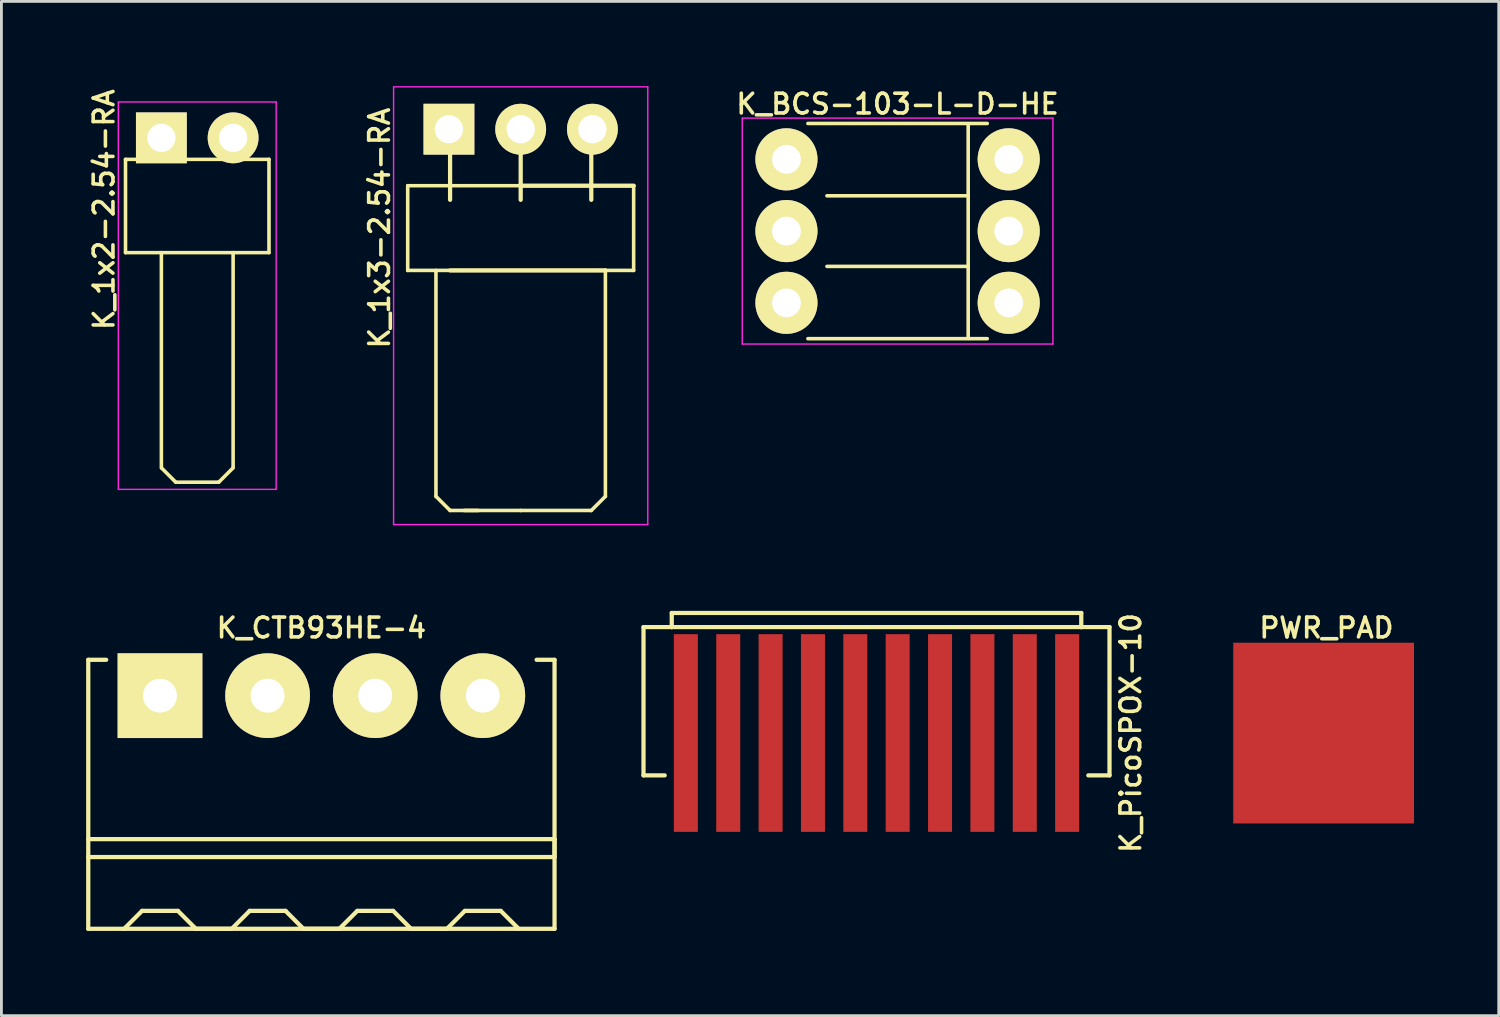
<source format=kicad_pcb>
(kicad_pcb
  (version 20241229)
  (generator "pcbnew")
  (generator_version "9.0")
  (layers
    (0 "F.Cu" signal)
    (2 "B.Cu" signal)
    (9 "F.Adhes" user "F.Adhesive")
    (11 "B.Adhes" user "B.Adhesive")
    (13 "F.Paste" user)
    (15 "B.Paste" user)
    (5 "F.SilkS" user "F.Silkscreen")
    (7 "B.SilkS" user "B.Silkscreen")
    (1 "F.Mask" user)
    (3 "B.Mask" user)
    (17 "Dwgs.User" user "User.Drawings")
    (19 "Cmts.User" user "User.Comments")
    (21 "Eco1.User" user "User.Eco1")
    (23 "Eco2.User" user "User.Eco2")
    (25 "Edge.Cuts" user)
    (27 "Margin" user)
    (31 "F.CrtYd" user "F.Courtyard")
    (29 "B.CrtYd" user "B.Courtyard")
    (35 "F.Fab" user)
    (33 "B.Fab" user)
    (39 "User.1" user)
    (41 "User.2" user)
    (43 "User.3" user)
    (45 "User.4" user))
  (footprint "K_PicoSPOX-10"
    (layer "F.Cu")
    (at 27.985 21.524)
    (property "Reference" "K_PicoSPOX-10" (at 9 1.38 90) (layer "F.SilkS") (effects (font (size 0.7 0.7) (thickness 0.127))))
    (attr smd)
    (fp_line (start -8.25 -2.37) (end -7.25 -2.37) (stroke (width 0.15) (type solid)) (layer "F.SilkS"))
    (fp_line (start -8.25 2.88) (end -8.25 -2.37) (stroke (width 0.15) (type solid)) (layer "F.SilkS"))
    (fp_line (start -8.25 2.88) (end -7.5 2.88) (stroke (width 0.15) (type solid)) (layer "F.SilkS"))
    (fp_line (start -7.25 -2.87) (end 7.25 -2.87) (stroke (width 0.15) (type solid)) (layer "F.SilkS"))
    (fp_line (start -7.25 -2.37) (end -7.25 -2.87) (stroke (width 0.15) (type solid)) (layer "F.SilkS"))
    (fp_line (start -7.25 -2.37) (end 7.25 -2.37) (stroke (width 0.15) (type solid)) (layer "F.SilkS"))
    (fp_line (start 7.25 -2.87) (end 7.25 -2.37) (stroke (width 0.15) (type solid)) (layer "F.SilkS"))
    (fp_line (start 7.25 -2.37) (end 8.25 -2.37) (stroke (width 0.15) (type solid)) (layer "F.SilkS"))
    (fp_line (start 8.25 -2.37) (end 8.25 2.88) (stroke (width 0.15) (type solid)) (layer "F.SilkS"))
    (fp_line (start 8.25 2.88) (end 7.5 2.88) (stroke (width 0.15) (type solid)) (layer "F.SilkS"))
    (pad "1" smd rect (at -6.75 1.38) (size 0.85 7) (layers "F.Cu" "F.Mask" "F.Paste"))
    (pad "2" smd rect (at -5.25 1.38) (size 0.85 7) (layers "F.Cu" "F.Mask" "F.Paste"))
    (pad "3" smd rect (at -3.75 1.38) (size 0.85 7) (layers "F.Cu" "F.Mask" "F.Paste"))
    (pad "4" smd rect (at -2.25 1.38) (size 0.85 7) (layers "F.Cu" "F.Mask" "F.Paste"))
    (pad "5" smd rect (at -0.75 1.38) (size 0.85 7) (layers "F.Cu" "F.Mask" "F.Paste"))
    (pad "6" smd rect (at 0.75 1.38) (size 0.85 7) (layers "F.Cu" "F.Mask" "F.Paste"))
    (pad "7" smd rect (at 2.25 1.38) (size 0.85 7) (layers "F.Cu" "F.Mask" "F.Paste"))
    (pad "8" smd rect (at 3.75 1.38) (size 0.85 7) (layers "F.Cu" "F.Mask" "F.Paste"))
    (pad "9" smd rect (at 5.25 1.38) (size 0.85 7) (layers "F.Cu" "F.Mask" "F.Paste"))
    (pad "10" smd rect (at 6.75 1.38) (size 0.85 7) (layers "F.Cu" "F.Mask" "F.Paste")))
  (footprint "K_CTB93HE-4"
    (layer "F.Cu")
    (at 8.33 21.582)
    (property "Reference" "K_CTB93HE-4" (at 0 -2.4 0) (layer "F.SilkS") (effects (font (size 0.7 0.7) (thickness 0.127))))
    (attr through_hole)
    (fp_line (start -8.255 -1.27) (end -7.62 -1.27) (stroke (width 0.15) (type solid)) (layer "F.SilkS"))
    (fp_line (start -8.255 5.08) (end 8.255 5.08) (stroke (width 0.15) (type solid)) (layer "F.SilkS"))
    (fp_line (start -8.255 8.255) (end -8.255 -1.27) (stroke (width 0.15) (type solid)) (layer "F.SilkS"))
    (fp_line (start -6.985 8.255) (end -6.35 7.62) (stroke (width 0.15) (type solid)) (layer "F.SilkS"))
    (fp_line (start -6.35 7.62) (end -5.08 7.62) (stroke (width 0.15) (type solid)) (layer "F.SilkS"))
    (fp_line (start -5.08 7.62) (end -4.445 8.255) (stroke (width 0.15) (type solid)) (layer "F.SilkS"))
    (fp_line (start -4.445 8.255) (end -3.175 8.255) (stroke (width 0.15) (type solid)) (layer "F.SilkS"))
    (fp_line (start -3.175 8.255) (end -2.54 7.62) (stroke (width 0.15) (type solid)) (layer "F.SilkS"))
    (fp_line (start -2.54 7.62) (end -1.27 7.62) (stroke (width 0.15) (type solid)) (layer "F.SilkS"))
    (fp_line (start -1.27 7.62) (end -0.635 8.255) (stroke (width 0.15) (type solid)) (layer "F.SilkS"))
    (fp_line (start -0.635 8.255) (end 0.635 8.255) (stroke (width 0.15) (type solid)) (layer "F.SilkS"))
    (fp_line (start 0.635 8.255) (end 1.27 7.62) (stroke (width 0.15) (type solid)) (layer "F.SilkS"))
    (fp_line (start 1.27 7.62) (end 2.54 7.62) (stroke (width 0.15) (type solid)) (layer "F.SilkS"))
    (fp_line (start 2.54 7.62) (end 3.175 8.255) (stroke (width 0.15) (type solid)) (layer "F.SilkS"))
    (fp_line (start 3.175 8.255) (end 4.445 8.255) (stroke (width 0.15) (type solid)) (layer "F.SilkS"))
    (fp_line (start 4.445 8.255) (end 5.08 7.62) (stroke (width 0.15) (type solid)) (layer "F.SilkS"))
    (fp_line (start 5.08 7.62) (end 6.35 7.62) (stroke (width 0.15) (type solid)) (layer "F.SilkS"))
    (fp_line (start 6.35 7.62) (end 6.985 8.255) (stroke (width 0.15) (type solid)) (layer "F.SilkS"))
    (fp_line (start 8.255 -1.27) (end 7.62 -1.27) (stroke (width 0.15) (type solid)) (layer "F.SilkS"))
    (fp_line (start 8.255 -1.27) (end 8.255 8.255) (stroke (width 0.15) (type solid)) (layer "F.SilkS"))
    (fp_line (start 8.255 5.08) (end 8.255 5.715) (stroke (width 0.15) (type solid)) (layer "F.SilkS"))
    (fp_line (start 8.255 5.715) (end -8.255 5.715) (stroke (width 0.15) (type solid)) (layer "F.SilkS"))
    (fp_line (start 8.255 8.255) (end -8.255 8.255) (stroke (width 0.15) (type solid)) (layer "F.SilkS"))
    (pad "1" thru_hole rect (at -5.715 0) (size 3 3) (drill 1.2) (layers "*.Cu" "*.Mask" "F.SilkS"))
    (pad "2" thru_hole circle (at -1.905 0) (size 3 3) (drill 1.2) (layers "*.Cu" "*.Mask" "F.SilkS"))
    (pad "3" thru_hole circle (at 1.905 0) (size 3 3) (drill 1.2) (layers "*.Cu" "*.Mask" "F.SilkS"))
    (pad "4" thru_hole circle (at 5.715 0) (size 3 3) (drill 1.2) (layers "*.Cu" "*.Mask" "F.SilkS")))
  (footprint "K_BCS-103-L-D-HE"
    (layer "F.Cu")
    (at 28.731 5.132)
    (property "Reference" "K_BCS-103-L-D-HE" (at 0 -4.5 0) (layer "F.SilkS") (effects (font (size 0.7 0.7) (thickness 0.127))))
    (attr through_hole)
    (fp_line (start -3.175 -3.81) (end 3.175 -3.81) (stroke (width 0.127) (type solid)) (layer "F.SilkS"))
    (fp_line (start -2.5 -1.25) (end 2.5 -1.25) (stroke (width 0.127) (type solid)) (layer "F.SilkS"))
    (fp_line (start -2.5 1.25) (end 2.5 1.25) (stroke (width 0.127) (type solid)) (layer "F.SilkS"))
    (fp_line (start 2.5 -3.8) (end 2.5 3.8) (stroke (width 0.127) (type solid)) (layer "F.SilkS"))
    (fp_line (start 3.175 3.81) (end -3.175 3.81) (stroke (width 0.127) (type solid)) (layer "F.SilkS"))
    (fp_line (start -5.5 -4) (end 5.5 -4) (stroke (width 0.05) (type solid)) (layer "F.CrtYd"))
    (fp_line (start -5.5 4) (end -5.5 -4) (stroke (width 0.05) (type solid)) (layer "F.CrtYd"))
    (fp_line (start 5.5 -4) (end 5.5 4) (stroke (width 0.05) (type solid)) (layer "F.CrtYd"))
    (fp_line (start 5.5 4) (end -5.5 4) (stroke (width 0.05) (type solid)) (layer "F.CrtYd"))
    (pad "1" thru_hole circle (at -3.935 -2.54) (size 2.2 2.2) (drill 1.02) (layers "*.Cu" "*.Mask" "F.SilkS"))
    (pad "1" thru_hole circle (at 3.935 -2.54) (size 2.2 2.2) (drill 1.02) (layers "*.Cu" "*.Mask" "F.SilkS"))
    (pad "2" thru_hole circle (at -3.935 0) (size 2.2 2.2) (drill 1.02) (layers "*.Cu" "*.Mask" "F.SilkS"))
    (pad "2" thru_hole circle (at 3.935 0) (size 2.2 2.2) (drill 1.02) (layers "*.Cu" "*.Mask" "F.SilkS"))
    (pad "3" thru_hole circle (at -3.935 2.54) (size 2.2 2.2) (drill 1.02) (layers "*.Cu" "*.Mask" "F.SilkS"))
    (pad "3" thru_hole circle (at 3.935 2.54) (size 2.2 2.2) (drill 1.02) (layers "*.Cu" "*.Mask" "F.SilkS")))
  (footprint "K_1x2-2.54-RA"
    (layer "F.Cu")
    (at 3.934 4.371)
    (property "Reference" "K_1x2-2.54-RA" (at -3.302 0 90) (layer "F.SilkS") (effects (font (size 0.7 0.7) (thickness 0.127))))
    (attr through_hole)
    (fp_line (start -2.54 -1.778) (end -2.54 1.524) (stroke (width 0.127) (type solid)) (layer "F.SilkS"))
    (fp_line (start -2.54 -1.778) (end 2.54 -1.778) (stroke (width 0.127) (type solid)) (layer "F.SilkS"))
    (fp_line (start -1.27 1.524) (end -1.27 9.144) (stroke (width 0.127) (type solid)) (layer "F.SilkS"))
    (fp_line (start -1.262 9.152) (end -0.762 9.652) (stroke (width 0.127) (type solid)) (layer "F.SilkS"))
    (fp_line (start 0.762 9.652) (end -0.762 9.652) (stroke (width 0.127) (type solid)) (layer "F.SilkS"))
    (fp_line (start 1.262 9.152) (end 0.762 9.652) (stroke (width 0.127) (type solid)) (layer "F.SilkS"))
    (fp_line (start 1.27 1.524) (end 1.27 9.144) (stroke (width 0.127) (type solid)) (layer "F.SilkS"))
    (fp_line (start 2.54 -1.778) (end 2.54 1.524) (stroke (width 0.127) (type solid)) (layer "F.SilkS"))
    (fp_line (start 2.54 1.524) (end -2.54 1.524) (stroke (width 0.127) (type solid)) (layer "F.SilkS"))
    (fp_line (start -2.794 -3.81) (end 2.794 -3.81) (stroke (width 0.05) (type solid)) (layer "F.CrtYd"))
    (fp_line (start -2.794 9.906) (end -2.794 -3.81) (stroke (width 0.05) (type solid)) (layer "F.CrtYd"))
    (fp_line (start 2.794 -3.81) (end 2.794 9.906) (stroke (width 0.05) (type solid)) (layer "F.CrtYd"))
    (fp_line (start 2.794 9.906) (end -2.794 9.906) (stroke (width 0.05) (type solid)) (layer "F.CrtYd"))
    (pad "1" thru_hole rect (at -1.27 -2.54) (size 1.8 1.8) (drill 1) (layers "*.Cu" "*.Mask" "F.SilkS"))
    (pad "2" thru_hole circle (at 1.27 -2.54) (size 1.8 1.8) (drill 1) (layers "*.Cu" "*.Mask" "F.SilkS")))
  (footprint "K_1x3-2.54-RA"
    (layer "F.Cu")
    (at 15.386 5.025)
    (property "Reference" "K_1x3-2.54-RA" (at -5 0 90) (layer "F.SilkS") (effects (font (size 0.7 0.7) (thickness 0.127))))
    (attr through_hole)
    (fp_line (start -4 -1.5) (end -4 1.5) (stroke (width 0.127) (type solid)) (layer "F.SilkS"))
    (fp_line (start -4 1.5) (end 3 1.5) (stroke (width 0.127) (type solid)) (layer "F.SilkS"))
    (fp_line (start -3 1.5) (end -3 9.5) (stroke (width 0.127) (type solid)) (layer "F.SilkS"))
    (fp_line (start -3 9.5) (end -2.5 10) (stroke (width 0.127) (type solid)) (layer "F.SilkS"))
    (fp_line (start -2.5 -3.5) (end -2.5 -1.5) (stroke (width 0.15) (type solid)) (layer "F.SilkS"))
    (fp_line (start -2.5 -1.5) (end -2.5 -1) (stroke (width 0.15) (type solid)) (layer "F.SilkS"))
    (fp_line (start -2 10) (end 0 10) (stroke (width 0.127) (type solid)) (layer "F.SilkS"))
    (fp_line (start -1.5 10) (end -2.5 10) (stroke (width 0.127) (type solid)) (layer "F.SilkS"))
    (fp_line (start 0 -3.5) (end 0 -1) (stroke (width 0.15) (type solid)) (layer "F.SilkS"))
    (fp_line (start 0 -1.5) (end -4 -1.5) (stroke (width 0.127) (type solid)) (layer "F.SilkS"))
    (fp_line (start 0 -1.5) (end 4 -1.5) (stroke (width 0.127) (type solid)) (layer "F.SilkS"))
    (fp_line (start 2.5 -3.5) (end 2.5 -1) (stroke (width 0.15) (type solid)) (layer "F.SilkS"))
    (fp_line (start 2.5 10) (end 0 10) (stroke (width 0.127) (type solid)) (layer "F.SilkS"))
    (fp_line (start 3 1.5) (end -2.5 1.5) (stroke (width 0.15) (type solid)) (layer "F.SilkS"))
    (fp_line (start 3 1.5) (end 3 9.5) (stroke (width 0.127) (type solid)) (layer "F.SilkS"))
    (fp_line (start 3 9.5) (end 2.5 10) (stroke (width 0.127) (type solid)) (layer "F.SilkS"))
    (fp_line (start 4 -1.5) (end 0 -1.5) (stroke (width 0.15) (type solid)) (layer "F.SilkS"))
    (fp_line (start 4 -1.5) (end 4 1.5) (stroke (width 0.127) (type solid)) (layer "F.SilkS"))
    (fp_line (start 4 1.5) (end 3 1.5) (stroke (width 0.127) (type solid)) (layer "F.SilkS"))
    (fp_line (start -4.5 -5) (end 4.5 -5) (stroke (width 0.05) (type solid)) (layer "F.CrtYd"))
    (fp_line (start -4.5 10.5) (end -4.5 -5) (stroke (width 0.05) (type solid)) (layer "F.CrtYd"))
    (fp_line (start 4.5 -5) (end 4.5 10.5) (stroke (width 0.05) (type solid)) (layer "F.CrtYd"))
    (fp_line (start 4.5 10.5) (end -4.5 10.5) (stroke (width 0.05) (type solid)) (layer "F.CrtYd"))
    (pad "1" thru_hole rect (at -2.54 -3.5) (size 1.8 1.8) (drill 1) (layers "*.Cu" "*.Mask" "F.SilkS"))
    (pad "2" thru_hole circle (at 0 -3.5) (size 1.8 1.8) (drill 1) (layers "*.Cu" "*.Mask" "F.SilkS"))
    (pad "3" thru_hole circle (at 2.54 -3.5) (size 1.8 1.8) (drill 1) (layers "*.Cu" "*.Mask" "F.SilkS")))
  (footprint "PWR_PAD"
    (layer "F.Cu")
    (at 43.817 22.907)
    (property "Reference" "PWR_PAD" (at 0.1 -3.725 0) (layer "F.SilkS") (effects (font (size 0.7 0.7) (thickness 0.127))))
    (attr through_hole)
    (pad "1" smd rect (at 0 0) (size 6.4 6.4) (layers "F.Cu" "F.Mask" "F.Paste")))
  (gr_rect
    (start -3 -3)
    (end 50.017 32.912)
    (stroke (width 0.1) (type default))
    (fill no)
    (layer "Edge.Cuts")))
</source>
